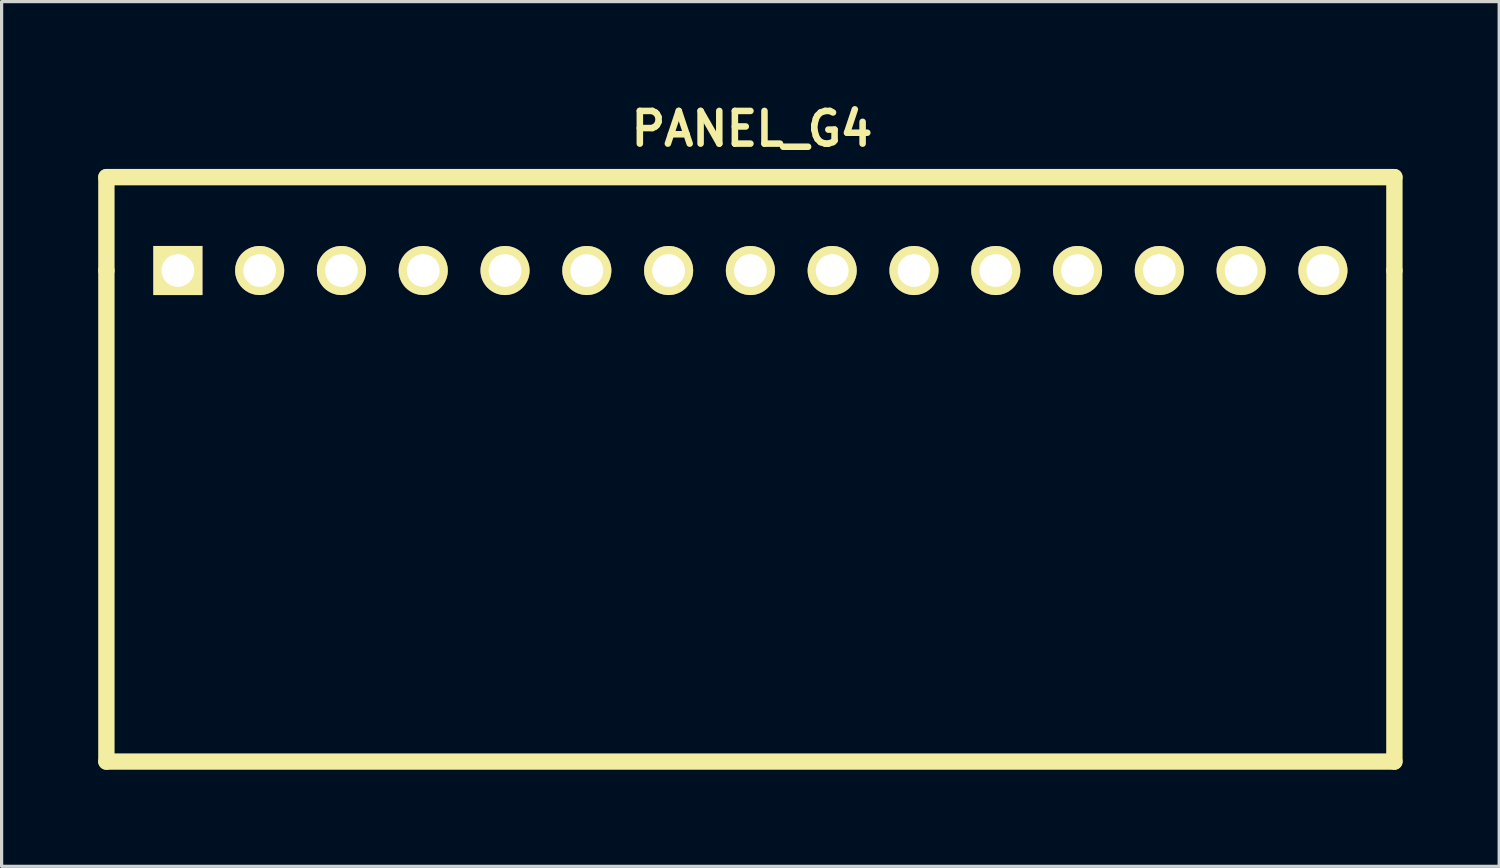
<source format=kicad_pcb>
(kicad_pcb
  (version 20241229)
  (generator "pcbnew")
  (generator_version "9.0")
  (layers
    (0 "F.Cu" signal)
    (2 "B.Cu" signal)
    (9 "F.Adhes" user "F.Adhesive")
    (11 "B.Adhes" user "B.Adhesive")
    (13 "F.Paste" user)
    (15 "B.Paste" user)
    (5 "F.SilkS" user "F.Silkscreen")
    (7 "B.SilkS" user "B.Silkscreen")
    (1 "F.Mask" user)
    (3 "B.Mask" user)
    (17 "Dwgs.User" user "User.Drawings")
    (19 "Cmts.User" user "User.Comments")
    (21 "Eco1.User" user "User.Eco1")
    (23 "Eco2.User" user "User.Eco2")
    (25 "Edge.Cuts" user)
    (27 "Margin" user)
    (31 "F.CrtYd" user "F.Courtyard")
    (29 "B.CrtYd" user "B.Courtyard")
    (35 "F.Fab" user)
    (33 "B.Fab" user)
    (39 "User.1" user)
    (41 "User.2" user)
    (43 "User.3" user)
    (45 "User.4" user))
  (footprint "PANEL_G4"
    (layer "F.Cu")
    (at 20.254 5.351)
    (property "Reference" "PANEL_G4" (at 0.05 -4.4 0) (layer "F.SilkS") (effects (font (size 1.016 1.016) (thickness 0.203))))
    (attr through_hole)
    (fp_line (start -20 -2.9) (end -20 0) (stroke (width 0.508) (type solid)) (layer "F.SilkS"))
    (fp_line (start -20 0) (end -20 15.25) (stroke (width 0.508) (type solid)) (layer "F.SilkS"))
    (fp_line (start -20 15.25) (end 20 15.25) (stroke (width 0.508) (type solid)) (layer "F.SilkS"))
    (fp_line (start 20 -2.9) (end -20 -2.9) (stroke (width 0.508) (type solid)) (layer "F.SilkS"))
    (fp_line (start 20 0) (end 20 -2.9) (stroke (width 0.508) (type solid)) (layer "F.SilkS"))
    (fp_line (start 20 15.25) (end 20 0) (stroke (width 0.508) (type solid)) (layer "F.SilkS"))
    (pad "1" thru_hole rect (at -17.78 0) (size 1.524 1.524) (drill 1.016) (layers "*.Cu" "*.Mask" "F.SilkS"))
    (pad "2" thru_hole circle (at -15.24 0) (size 1.524 1.524) (drill 1.016) (layers "*.Cu" "*.Mask" "F.SilkS"))
    (pad "3" thru_hole circle (at -12.7 0) (size 1.524 1.524) (drill 1.016) (layers "*.Cu" "*.Mask" "F.SilkS"))
    (pad "4" thru_hole circle (at -10.16 0) (size 1.524 1.524) (drill 1.016) (layers "*.Cu" "*.Mask" "F.SilkS"))
    (pad "5" thru_hole circle (at -7.62 0) (size 1.524 1.524) (drill 1.016) (layers "*.Cu" "*.Mask" "F.SilkS"))
    (pad "6" thru_hole circle (at -5.08 0) (size 1.524 1.524) (drill 1.016) (layers "*.Cu" "*.Mask" "F.SilkS"))
    (pad "7" thru_hole circle (at -2.54 0) (size 1.524 1.524) (drill 1.016) (layers "*.Cu" "*.Mask" "F.SilkS"))
    (pad "8" thru_hole circle (at 0 0) (size 1.524 1.524) (drill 1.016) (layers "*.Cu" "*.Mask" "F.SilkS"))
    (pad "9" thru_hole circle (at 2.54 0) (size 1.524 1.524) (drill 1.016) (layers "*.Cu" "*.Mask" "F.SilkS"))
    (pad "10" thru_hole circle (at 5.08 0) (size 1.524 1.524) (drill 1.016) (layers "*.Cu" "*.Mask" "F.SilkS"))
    (pad "11" thru_hole circle (at 7.62 0) (size 1.524 1.524) (drill 1.016) (layers "*.Cu" "*.Mask" "F.SilkS"))
    (pad "12" thru_hole circle (at 10.16 0) (size 1.524 1.524) (drill 1.016) (layers "*.Cu" "*.Mask" "F.SilkS"))
    (pad "13" thru_hole circle (at 12.7 0) (size 1.524 1.524) (drill 1.016) (layers "*.Cu" "*.Mask" "F.SilkS"))
    (pad "14" thru_hole circle (at 15.24 0) (size 1.524 1.524) (drill 1.016) (layers "*.Cu" "*.Mask" "F.SilkS"))
    (pad "15" thru_hole circle (at 17.78 0) (size 1.524 1.524) (drill 1.016) (layers "*.Cu" "*.Mask" "F.SilkS")))
  (gr_rect
    (start -3 -3)
    (end 43.508 23.855)
    (stroke (width 0.1) (type default))
    (fill no)
    (layer "Edge.Cuts")))
</source>
